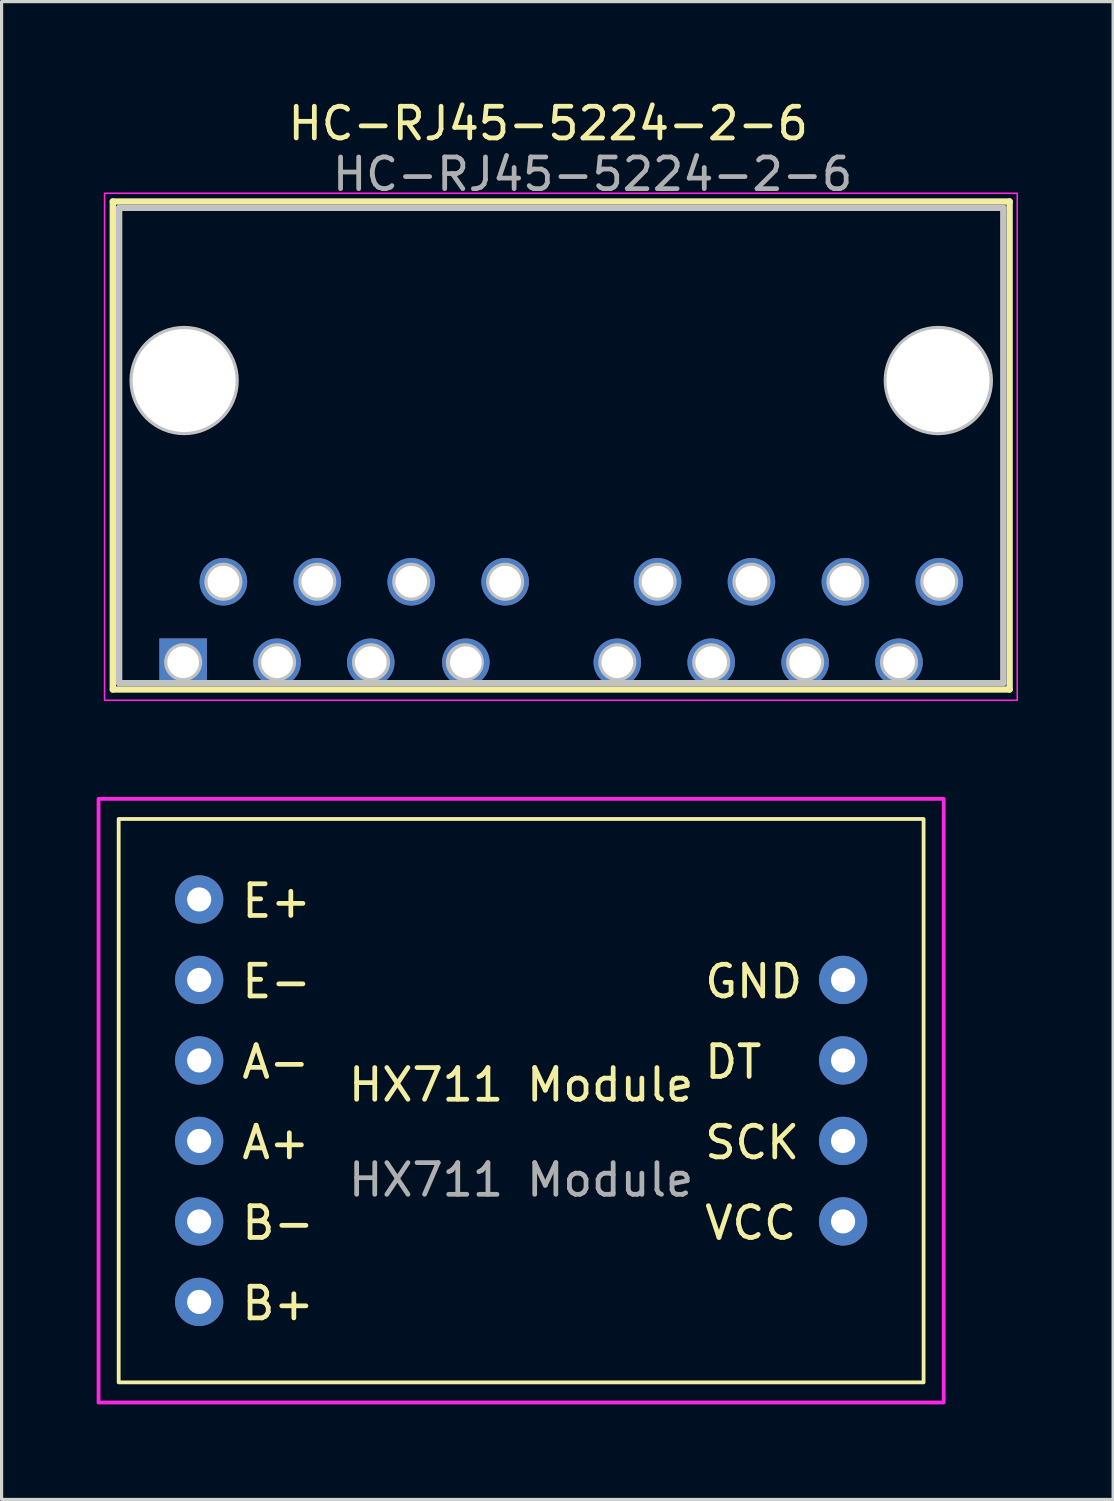
<source format=kicad_pcb>
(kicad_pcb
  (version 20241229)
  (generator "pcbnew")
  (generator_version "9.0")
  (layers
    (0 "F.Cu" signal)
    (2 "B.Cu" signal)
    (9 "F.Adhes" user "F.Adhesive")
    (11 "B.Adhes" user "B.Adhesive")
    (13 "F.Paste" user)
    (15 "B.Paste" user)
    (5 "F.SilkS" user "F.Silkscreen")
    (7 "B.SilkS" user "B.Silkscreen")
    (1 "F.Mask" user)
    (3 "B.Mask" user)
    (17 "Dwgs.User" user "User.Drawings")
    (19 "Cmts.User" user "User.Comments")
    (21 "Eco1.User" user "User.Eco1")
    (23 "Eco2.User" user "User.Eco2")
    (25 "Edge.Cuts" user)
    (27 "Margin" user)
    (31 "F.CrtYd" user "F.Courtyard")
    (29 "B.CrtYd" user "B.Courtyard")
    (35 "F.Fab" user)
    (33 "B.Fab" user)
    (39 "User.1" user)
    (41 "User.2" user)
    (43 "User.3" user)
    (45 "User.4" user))
  (footprint "HC-RJ45-5224-2-6"
    (layer "F.Cu")
    (at 0.25 18.848)
    (property "Reference" "HC-RJ45-5224-2-6" (at 14 -18 0) (layer "F.SilkS") (effects (font (size 1 1) (thickness 0.15))))
    (attr through_hole)
    (fp_line (start 0.26 -15.54) (end 0.26 -0.14) (stroke (width 0.2) (type solid)) (layer "F.SilkS"))
    (fp_line (start 0.26 -15.54) (end 28.56 -15.54) (stroke (width 0.2) (type solid)) (layer "F.SilkS"))
    (fp_line (start 0.26 -0.14) (end 28.56 -0.14) (stroke (width 0.2) (type solid)) (layer "F.SilkS"))
    (fp_line (start 28.56 -15.54) (end 28.56 -0.14) (stroke (width 0.2) (type solid)) (layer "F.SilkS"))
    (fp_line (start 0.46 -15.34) (end 0.46 -0.34) (stroke (width 0.2) (type solid)) (layer "Dwgs.User"))
    (fp_line (start 0.46 -15.34) (end 28.36 -15.34) (stroke (width 0.2) (type solid)) (layer "Dwgs.User"))
    (fp_line (start 0.46 -0.34) (end 28.36 -0.34) (stroke (width 0.2) (type solid)) (layer "Dwgs.User"))
    (fp_line (start 2.48 -1) (end 2.48 -0.5) (stroke (width 0.2) (type solid)) (layer "Dwgs.User"))
    (fp_line (start 28.36 -15.34) (end 28.36 -0.34) (stroke (width 0.2) (type solid)) (layer "Dwgs.User"))
    (fp_circle (center 2.48 -1) (end 2.98 -1) (stroke (width 0.2) (type solid)) (fill no) (layer "Dwgs.User"))
    (fp_circle (center 2.51 -9.89) (end 4.135 -9.89) (stroke (width 0.2) (type solid)) (fill no) (layer "Dwgs.User"))
    (fp_circle (center 3.75 -3.54) (end 4.25 -3.54) (stroke (width 0.2) (type solid)) (fill no) (layer "Dwgs.User"))
    (fp_circle (center 5.443 -1) (end 5.943 -1) (stroke (width 0.2) (type solid)) (fill no) (layer "Dwgs.User"))
    (fp_circle (center 6.713 -3.54) (end 7.213 -3.54) (stroke (width 0.2) (type solid)) (fill no) (layer "Dwgs.User"))
    (fp_circle (center 8.407 -1) (end 8.907 -1) (stroke (width 0.2) (type solid)) (fill no) (layer "Dwgs.User"))
    (fp_circle (center 9.677 -3.54) (end 10.177 -3.54) (stroke (width 0.2) (type solid)) (fill no) (layer "Dwgs.User"))
    (fp_circle (center 11.37 -1) (end 11.87 -1) (stroke (width 0.2) (type solid)) (fill no) (layer "Dwgs.User"))
    (fp_circle (center 12.64 -3.54) (end 13.14 -3.54) (stroke (width 0.2) (type solid)) (fill no) (layer "Dwgs.User"))
    (fp_circle (center 16.18 -1) (end 16.68 -1) (stroke (width 0.2) (type solid)) (fill no) (layer "Dwgs.User"))
    (fp_circle (center 17.45 -3.54) (end 17.95 -3.54) (stroke (width 0.2) (type solid)) (fill no) (layer "Dwgs.User"))
    (fp_circle (center 19.143 -1) (end 19.643 -1) (stroke (width 0.2) (type solid)) (fill no) (layer "Dwgs.User"))
    (fp_circle (center 20.413 -3.54) (end 20.913 -3.54) (stroke (width 0.2) (type solid)) (fill no) (layer "Dwgs.User"))
    (fp_circle (center 22.107 -1) (end 22.607 -1) (stroke (width 0.2) (type solid)) (fill no) (layer "Dwgs.User"))
    (fp_circle (center 23.377 -3.54) (end 23.877 -3.54) (stroke (width 0.2) (type solid)) (fill no) (layer "Dwgs.User"))
    (fp_circle (center 25.07 -1) (end 25.57 -1) (stroke (width 0.2) (type solid)) (fill no) (layer "Dwgs.User"))
    (fp_circle (center 26.31 -9.89) (end 27.935 -9.89) (stroke (width 0.2) (type solid)) (fill no) (layer "Dwgs.User"))
    (fp_circle (center 26.34 -3.54) (end 26.84 -3.54) (stroke (width 0.2) (type solid)) (fill no) (layer "Dwgs.User"))
    (fp_rect (start 0 -15.8) (end 28.8 0.2) (stroke (width 0.05) (type solid)) (fill no) (layer "F.CrtYd"))
    (fp_text user "${REFERENCE}" (at 15.4 -16.4 0) (layer "F.Fab") (effects (font (size 1 1) (thickness 0.15))))
    (pad "" np_thru_hole circle (at 2.51 -9.89) (size 3.25 3.25) (drill 3.25) (layers "*.Cu" "*.Mask"))
    (pad "" np_thru_hole circle (at 26.3 -9.89) (size 3.25 3.25) (drill 3.25) (layers "*.Cu" "*.Mask"))
    (pad "1" thru_hole rect (at 2.48 -1) (size 1.5 1.5) (drill 1) (layers "*.Cu" "*.Mask"))
    (pad "2" thru_hole circle (at 3.75 -3.54) (size 1.5 1.5) (drill 1) (layers "*.Cu" "*.Mask"))
    (pad "3" thru_hole circle (at 5.443 -1) (size 1.5 1.5) (drill 1) (layers "*.Cu" "*.Mask"))
    (pad "4" thru_hole circle (at 6.713 -3.54) (size 1.5 1.5) (drill 1) (layers "*.Cu" "*.Mask"))
    (pad "5" thru_hole circle (at 8.4 -1) (size 1.5 1.5) (drill 1) (layers "*.Cu" "*.Mask"))
    (pad "6" thru_hole circle (at 9.677 -3.54) (size 1.5 1.5) (drill 1) (layers "*.Cu" "*.Mask"))
    (pad "7" thru_hole circle (at 11.4 -1) (size 1.5 1.5) (drill 1) (layers "*.Cu" "*.Mask"))
    (pad "8" thru_hole circle (at 12.64 -3.54) (size 1.5 1.5) (drill 1) (layers "*.Cu" "*.Mask"))
    (pad "13" thru_hole circle (at 16.18 -1) (size 1.5 1.5) (drill 1) (layers "*.Cu" "*.Mask"))
    (pad "14" thru_hole circle (at 17.45 -3.54) (size 1.5 1.5) (drill 1) (layers "*.Cu" "*.Mask"))
    (pad "15" thru_hole circle (at 19.143 -1) (size 1.5 1.5) (drill 1) (layers "*.Cu" "*.Mask"))
    (pad "16" thru_hole circle (at 20.413 -3.54) (size 1.5 1.5) (drill 1) (layers "*.Cu" "*.Mask"))
    (pad "17" thru_hole circle (at 22.107 -1) (size 1.5 1.5) (drill 1) (layers "*.Cu" "*.Mask"))
    (pad "18" thru_hole circle (at 23.377 -3.54) (size 1.5 1.5) (drill 1) (layers "*.Cu" "*.Mask"))
    (pad "19" thru_hole circle (at 25.07 -1) (size 1.5 1.5) (drill 1) (layers "*.Cu" "*.Mask"))
    (pad "20" thru_hole circle (at 26.34 -3.54) (size 1.5 1.5) (drill 1) (layers "*.Cu" "*.Mask")))
  (footprint "HX711 Module"
    (layer "F.Cu")
    (at 13.395 31.683)
    (property "Reference" "HX711 Module" (at 0 -0.5 0) (unlocked yes) (layer "F.SilkS") (effects (font (size 1 1) (thickness 0.15))))
    (attr through_hole)
    (fp_rect (start -12.7 -8.89) (end 12.7 8.89) (stroke (width 0.12) (type default)) (fill no) (layer "F.SilkS"))
    (fp_rect (start -13.335 -9.525) (end 13.335 9.525) (stroke (width 0.12) (type default)) (fill no) (layer "F.CrtYd"))
    (fp_text user "DT" (at 5.715 -0.635 0) (unlocked yes) (layer "F.SilkS") (effects (font (size 1 1) (thickness 0.15)) (justify left bottom)))
    (fp_text user "VCC" (at 5.715 4.445 0) (unlocked yes) (layer "F.SilkS") (effects (font (size 1 1) (thickness 0.15)) (justify left bottom)))
    (fp_text user "B-" (at -8.89 4.445 0) (unlocked yes) (layer "F.SilkS") (effects (font (size 1 1) (thickness 0.15)) (justify left bottom)))
    (fp_text user "A+" (at -8.89 1.905 0) (unlocked yes) (layer "F.SilkS") (effects (font (size 1 1) (thickness 0.15)) (justify left bottom)))
    (fp_text user "E+" (at -8.89 -5.715 0) (unlocked yes) (layer "F.SilkS") (effects (font (size 1 1) (thickness 0.15)) (justify left bottom)))
    (fp_text user "E-" (at -8.89 -3.175 0) (unlocked yes) (layer "F.SilkS") (effects (font (size 1 1) (thickness 0.15)) (justify left bottom)))
    (fp_text user "A-" (at -8.89 -0.635 0) (unlocked yes) (layer "F.SilkS") (effects (font (size 1 1) (thickness 0.15)) (justify left bottom)))
    (fp_text user "SCK" (at 5.715 1.905 0) (unlocked yes) (layer "F.SilkS") (effects (font (size 1 1) (thickness 0.15)) (justify left bottom)))
    (fp_text user "GND" (at 5.715 -3.175 0) (unlocked yes) (layer "F.SilkS") (effects (font (size 1 1) (thickness 0.15)) (justify left bottom)))
    (fp_text user "B+" (at -8.89 6.985 0) (unlocked yes) (layer "F.SilkS") (effects (font (size 1 1) (thickness 0.15)) (justify left bottom)))
    (fp_text user "${REFERENCE}" (at 0 2.5 0) (unlocked yes) (layer "F.Fab") (effects (font (size 1 1) (thickness 0.15))))
    (pad "1" thru_hole circle (at 10.16 3.81) (size 1.524 1.524) (drill 0.762) (layers "*.Cu" "*.Mask"))
    (pad "2" thru_hole circle (at 10.16 -1.27) (size 1.524 1.524) (drill 0.762) (layers "*.Cu" "*.Mask"))
    (pad "3" thru_hole circle (at 10.16 1.27) (size 1.524 1.524) (drill 0.762) (layers "*.Cu" "*.Mask"))
    (pad "4" thru_hole circle (at 10.16 -3.81) (size 1.524 1.524) (drill 0.762) (layers "*.Cu" "*.Mask"))
    (pad "5" thru_hole circle (at -10.16 -6.35) (size 1.524 1.524) (drill 0.762) (layers "*.Cu" "*.Mask"))
    (pad "6" thru_hole circle (at -10.16 -3.81) (size 1.524 1.524) (drill 0.762) (layers "*.Cu" "*.Mask"))
    (pad "7" thru_hole circle (at -10.16 -1.27) (size 1.524 1.524) (drill 0.762) (layers "*.Cu" "*.Mask"))
    (pad "8" thru_hole circle (at -10.16 1.27) (size 1.524 1.524) (drill 0.762) (layers "*.Cu" "*.Mask"))
    (pad "9" thru_hole circle (at -10.16 3.81) (size 1.524 1.524) (drill 0.762) (layers "*.Cu" "*.Mask"))
    (pad "10" thru_hole circle (at -10.16 6.35) (size 1.524 1.524) (drill 0.762) (layers "*.Cu" "*.Mask")))
  (gr_rect
    (start -3 -3)
    (end 32.075 44.268)
    (stroke (width 0.1) (type default))
    (fill no)
    (layer "Edge.Cuts")))
</source>
